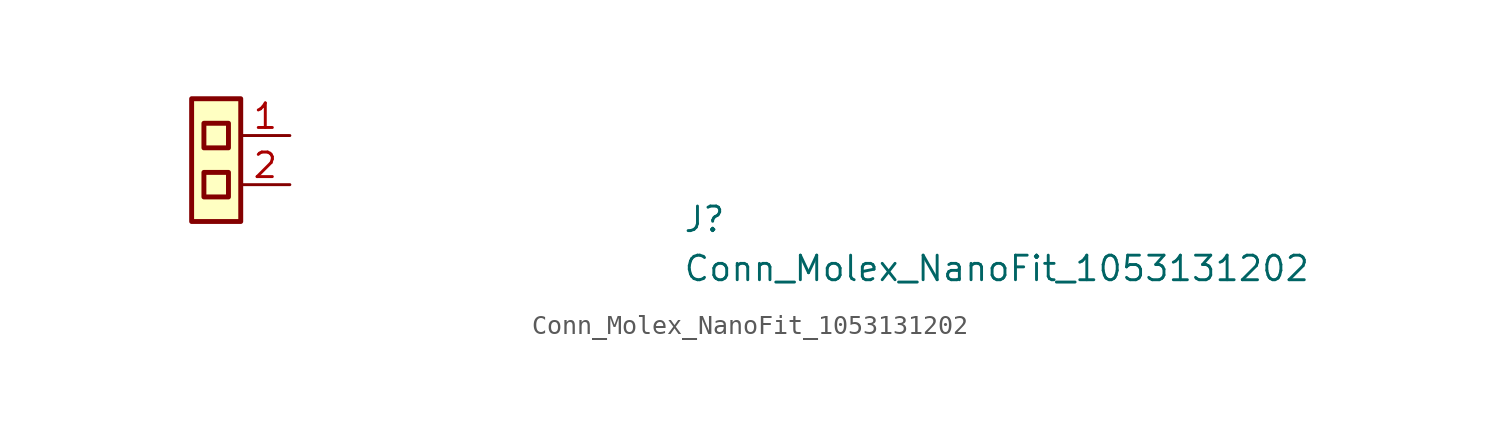
<source format=kicad_sym>
(kicad_symbol_lib
  (version 20211014)
  (generator kicad_symbol_editor)
  (symbol "Conn_Molex_NanoFit_1053131202"
    (property "Reference" "J"
      (at 20.32 -5.08 0)
      (effects (font (size 1.27 1.27) (thickness 0.15)) (justify left bottom)))
    (property "Value" "Conn_Molex_NanoFit_1053131202"
      (at 20.32 -7.62 0)
      (effects (font (size 1.27 1.27) (thickness 0.15)) (justify left bottom)))
    (symbol "Conn_Molex_NanoFit_1053131202_1_1"
      (rectangle (start -5.08 1.905) (end -2.54 -4.445) (stroke (width 0.254) (type default) (color 0 0 0 0)) (fill (type background)))
      (rectangle (start -4.445 -1.905) (end -3.175 -3.175) (stroke (width 0.254) (type default) (color 0 0 0 0)) (fill (type background)))
      (rectangle (start -4.445 0.635) (end -3.175 -0.635) (stroke (width 0.254) (type default) (color 0 0 0 0)) (fill (type background)))
      (pin input line (at 0 0 180) (length 2.54) (name "~" (effects (font (size 1.27 1.27)))) (number "1" (effects (font (size 1.27 1.27)))))
      (pin input line (at 0 -2.54 180) (length 2.54) (name "~" (effects (font (size 1.27 1.27)))) (number "2" (effects (font (size 1.27 1.27))))))))
</source>
